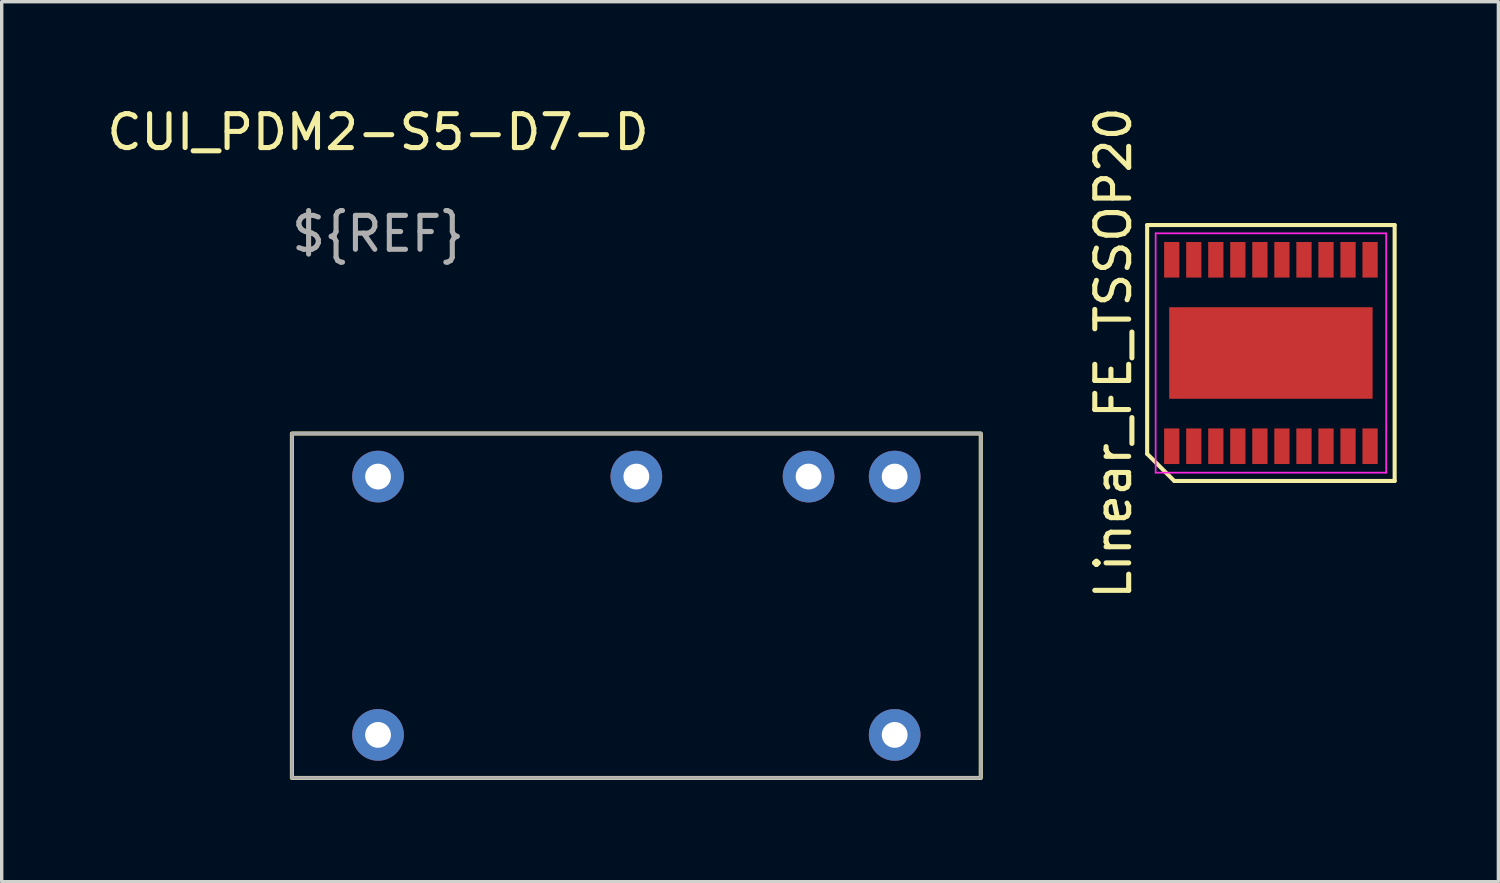
<source format=kicad_pcb>
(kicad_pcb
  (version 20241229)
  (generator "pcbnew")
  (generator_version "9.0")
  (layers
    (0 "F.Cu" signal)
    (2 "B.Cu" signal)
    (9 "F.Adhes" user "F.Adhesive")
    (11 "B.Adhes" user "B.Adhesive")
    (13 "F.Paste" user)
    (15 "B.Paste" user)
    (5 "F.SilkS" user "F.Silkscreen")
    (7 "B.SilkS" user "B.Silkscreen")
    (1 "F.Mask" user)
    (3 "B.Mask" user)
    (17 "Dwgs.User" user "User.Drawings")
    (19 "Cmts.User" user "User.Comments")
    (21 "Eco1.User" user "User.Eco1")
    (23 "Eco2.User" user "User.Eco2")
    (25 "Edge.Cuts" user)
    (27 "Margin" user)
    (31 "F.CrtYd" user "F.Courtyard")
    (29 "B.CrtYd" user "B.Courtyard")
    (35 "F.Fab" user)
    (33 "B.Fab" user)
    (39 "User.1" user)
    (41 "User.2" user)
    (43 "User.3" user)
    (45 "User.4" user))
  (footprint "Linear_FE_TSSOP20"
    (layer "F.Cu")
    (at 34.439 7.363)
    (property "Reference" "Linear_FE_TSSOP20" (at -4.65 0 90) (layer "F.SilkS") (effects (font (size 1 1) (thickness 0.15))))
    (attr smd)
    (fp_line (start -3.65 -3.775) (end 3.65 -3.775) (stroke (width 0.12) (type solid)) (layer "F.SilkS"))
    (fp_line (start -3.65 2.975) (end -3.65 -3.775) (stroke (width 0.12) (type solid)) (layer "F.SilkS"))
    (fp_line (start -2.85 3.775) (end -3.65 2.975) (stroke (width 0.12) (type solid)) (layer "F.SilkS"))
    (fp_line (start 3.65 -3.775) (end 3.65 3.775) (stroke (width 0.12) (type solid)) (layer "F.SilkS"))
    (fp_line (start 3.65 3.775) (end -2.85 3.775) (stroke (width 0.12) (type solid)) (layer "F.SilkS"))
    (fp_line (start -3.4 -3.53) (end 3.4 -3.53) (stroke (width 0.05) (type solid)) (layer "F.CrtYd"))
    (fp_line (start -3.4 3.53) (end -3.4 -3.53) (stroke (width 0.05) (type solid)) (layer "F.CrtYd"))
    (fp_line (start 3.4 -3.53) (end 3.4 3.53) (stroke (width 0.05) (type solid)) (layer "F.CrtYd"))
    (fp_line (start 3.4 3.53) (end -3.4 3.53) (stroke (width 0.05) (type solid)) (layer "F.CrtYd"))
    (pad "1" smd rect (at -2.925 2.75) (size 0.45 1.05) (layers "F.Cu" "F.Mask" "F.Paste"))
    (pad "2" smd rect (at -2.275 2.75) (size 0.45 1.05) (layers "F.Cu" "F.Mask" "F.Paste"))
    (pad "3" smd rect (at -1.625 2.75) (size 0.45 1.05) (layers "F.Cu" "F.Mask" "F.Paste"))
    (pad "4" smd rect (at -0.975 2.75) (size 0.45 1.05) (layers "F.Cu" "F.Mask" "F.Paste"))
    (pad "5" smd rect (at -0.325 2.75) (size 0.45 1.05) (layers "F.Cu" "F.Mask" "F.Paste"))
    (pad "6" smd rect (at 0.325 2.75) (size 0.45 1.05) (layers "F.Cu" "F.Mask" "F.Paste"))
    (pad "7" smd rect (at 0.975 2.75) (size 0.45 1.05) (layers "F.Cu" "F.Mask" "F.Paste"))
    (pad "8" smd rect (at 1.625 2.75) (size 0.45 1.05) (layers "F.Cu" "F.Mask" "F.Paste"))
    (pad "9" smd rect (at 2.275 2.75) (size 0.45 1.05) (layers "F.Cu" "F.Mask" "F.Paste"))
    (pad "10" smd rect (at 2.925 2.75) (size 0.45 1.05) (layers "F.Cu" "F.Mask" "F.Paste"))
    (pad "11" smd rect (at 2.925 -2.75) (size 0.45 1.05) (layers "F.Cu" "F.Mask" "F.Paste"))
    (pad "12" smd rect (at 2.275 -2.75) (size 0.45 1.05) (layers "F.Cu" "F.Mask" "F.Paste"))
    (pad "13" smd rect (at 1.625 -2.75) (size 0.45 1.05) (layers "F.Cu" "F.Mask" "F.Paste"))
    (pad "14" smd rect (at 0.975 -2.75) (size 0.45 1.05) (layers "F.Cu" "F.Mask" "F.Paste"))
    (pad "15" smd rect (at 0.325 -2.75) (size 0.45 1.05) (layers "F.Cu" "F.Mask" "F.Paste"))
    (pad "16" smd rect (at -0.325 -2.75) (size 0.45 1.05) (layers "F.Cu" "F.Mask" "F.Paste"))
    (pad "17" smd rect (at -0.975 -2.75) (size 0.45 1.05) (layers "F.Cu" "F.Mask" "F.Paste"))
    (pad "18" smd rect (at -1.625 -2.75) (size 0.45 1.05) (layers "F.Cu" "F.Mask" "F.Paste"))
    (pad "19" smd rect (at -2.275 -2.75) (size 0.45 1.05) (layers "F.Cu" "F.Mask" "F.Paste"))
    (pad "20" smd rect (at -2.925 -2.75) (size 0.45 1.05) (layers "F.Cu" "F.Mask" "F.Paste"))
    (pad "21" smd rect (at 0 0) (size 6 2.7) (layers "F.Cu" "F.Mask" "F.Paste")))
  (footprint "CUI_PDM2-S5-D7-D"
    (layer "F.Cu")
    (at 8.101 18.628)
    (property "Reference" "CUI_PDM2-S5-D7-D" (at 0 -17.78 0) (unlocked yes) (layer "F.SilkS") (effects (font (size 1 1) (thickness 0.15))))
    (attr through_hole)
    (fp_rect (start -2.54 -8.89) (end 17.78 1.27) (stroke (width 0.12) (type solid)) (fill no) (layer "F.SilkS"))
    (fp_rect (start -2.54 -8.89) (end 17.78 1.27) (stroke (width 0.1) (type solid)) (fill no) (layer "F.Fab"))
    (fp_text user "${REF}" (at 0 -14.78 0) (unlocked yes) (layer "F.Fab") (effects (font (size 1 1) (thickness 0.15))))
    (pad "1" thru_hole circle (at 0 0) (size 1.524 1.524) (drill 0.762) (layers "*.Cu" "*.Mask"))
    (pad "7" thru_hole circle (at 15.24 0) (size 1.524 1.524) (drill 0.762) (layers "*.Cu" "*.Mask"))
    (pad "8" thru_hole circle (at 15.24 -7.62) (size 1.524 1.524) (drill 0.762) (layers "*.Cu" "*.Mask"))
    (pad "9" thru_hole circle (at 12.7 -7.62) (size 1.524 1.524) (drill 0.762) (layers "*.Cu" "*.Mask"))
    (pad "11" thru_hole circle (at 7.62 -7.62) (size 1.524 1.524) (drill 0.762) (layers "*.Cu" "*.Mask"))
    (pad "14" thru_hole circle (at 0 -7.62) (size 1.524 1.524) (drill 0.762) (layers "*.Cu" "*.Mask")))
  (gr_rect
    (start -3 -3)
    (end 41.149 22.958)
    (stroke (width 0.1) (type default))
    (fill no)
    (layer "Edge.Cuts")))
</source>
